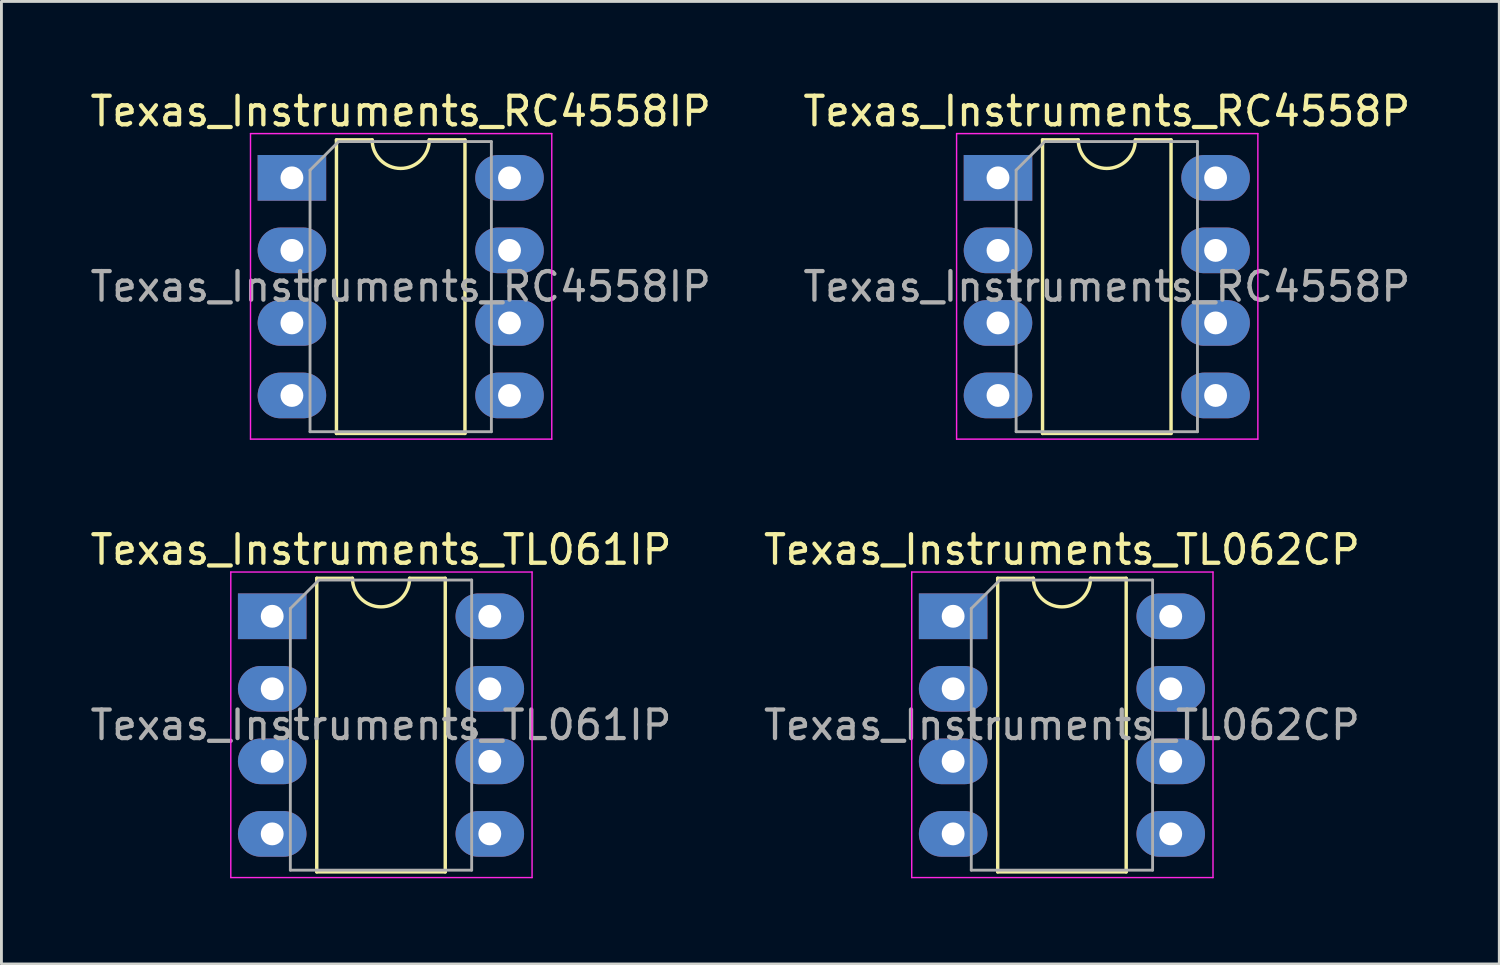
<source format=kicad_pcb>
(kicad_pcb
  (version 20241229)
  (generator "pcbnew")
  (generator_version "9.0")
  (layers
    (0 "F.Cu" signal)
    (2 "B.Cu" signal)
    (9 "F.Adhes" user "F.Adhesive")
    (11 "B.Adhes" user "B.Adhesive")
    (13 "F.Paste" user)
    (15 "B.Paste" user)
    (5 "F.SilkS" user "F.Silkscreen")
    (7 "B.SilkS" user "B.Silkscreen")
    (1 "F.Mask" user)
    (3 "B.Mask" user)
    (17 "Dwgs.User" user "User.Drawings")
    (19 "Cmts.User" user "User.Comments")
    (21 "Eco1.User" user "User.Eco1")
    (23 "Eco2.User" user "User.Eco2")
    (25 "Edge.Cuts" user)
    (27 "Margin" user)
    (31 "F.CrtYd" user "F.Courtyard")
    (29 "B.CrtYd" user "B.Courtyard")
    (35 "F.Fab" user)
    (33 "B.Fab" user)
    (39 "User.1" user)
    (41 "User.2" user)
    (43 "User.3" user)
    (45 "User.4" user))
  (footprint "Texas_Instruments_TL061IP"
    (layer "F.Cu")
    (at 10.292 22.341)
    (property "Reference" "Texas_Instruments_TL061IP" (at 0 -6.14 0) (layer "F.SilkS") (effects (font (size 1 1) (thickness 0.15))))
    (attr through_hole)
    (fp_line (start -2.25 -5.14) (end -2.25 5.14) (stroke (width 0.12) (type solid)) (layer "F.SilkS"))
    (fp_line (start -2.25 5.14) (end 2.25 5.14) (stroke (width 0.12) (type solid)) (layer "F.SilkS"))
    (fp_line (start -1 -5.14) (end -2.25 -5.14) (stroke (width 0.12) (type solid)) (layer "F.SilkS"))
    (fp_line (start 2.25 -5.14) (end 1 -5.14) (stroke (width 0.12) (type solid)) (layer "F.SilkS"))
    (fp_line (start 2.25 5.14) (end 2.25 -5.14) (stroke (width 0.12) (type solid)) (layer "F.SilkS"))
    (fp_arc (start 1 -5.14) (mid 0 -4.14) (end -1 -5.14) (stroke (width 0.12) (type solid)) (layer "F.SilkS"))
    (fp_line (start -5.26 -5.36) (end -5.26 5.34) (stroke (width 0.05) (type solid)) (layer "F.CrtYd"))
    (fp_line (start -5.26 5.34) (end 5.29 5.34) (stroke (width 0.05) (type solid)) (layer "F.CrtYd"))
    (fp_line (start 5.29 -5.36) (end -5.26 -5.36) (stroke (width 0.05) (type solid)) (layer "F.CrtYd"))
    (fp_line (start 5.29 5.34) (end 5.29 -5.36) (stroke (width 0.05) (type solid)) (layer "F.CrtYd"))
    (fp_line (start -3.175 -4.08) (end -2.175 -5.08) (stroke (width 0.1) (type solid)) (layer "F.Fab"))
    (fp_line (start -3.175 5.08) (end -3.175 -4.08) (stroke (width 0.1) (type solid)) (layer "F.Fab"))
    (fp_line (start -2.175 -5.08) (end 3.175 -5.08) (stroke (width 0.1) (type solid)) (layer "F.Fab"))
    (fp_line (start 3.175 -5.08) (end 3.175 5.08) (stroke (width 0.1) (type solid)) (layer "F.Fab"))
    (fp_line (start 3.175 5.08) (end -3.175 5.08) (stroke (width 0.1) (type solid)) (layer "F.Fab"))
    (fp_text user "${REFERENCE}" (at 0 0 0) (layer "F.Fab") (effects (font (size 1 1) (thickness 0.15))))
    (pad "1" thru_hole rect (at -3.81 -3.81) (size 2.4 1.6) (drill 0.8) (layers "*.Cu" "*.Mask"))
    (pad "2" thru_hole oval (at -3.81 -1.27) (size 2.4 1.6) (drill 0.8) (layers "*.Cu" "*.Mask"))
    (pad "3" thru_hole oval (at -3.81 1.27) (size 2.4 1.6) (drill 0.8) (layers "*.Cu" "*.Mask"))
    (pad "4" thru_hole oval (at -3.81 3.81) (size 2.4 1.6) (drill 0.8) (layers "*.Cu" "*.Mask"))
    (pad "5" thru_hole oval (at 3.81 3.81) (size 2.4 1.6) (drill 0.8) (layers "*.Cu" "*.Mask"))
    (pad "6" thru_hole oval (at 3.81 1.27) (size 2.4 1.6) (drill 0.8) (layers "*.Cu" "*.Mask"))
    (pad "7" thru_hole oval (at 3.81 -1.27) (size 2.4 1.6) (drill 0.8) (layers "*.Cu" "*.Mask"))
    (pad "8" thru_hole oval (at 3.81 -3.81) (size 2.4 1.6) (drill 0.8) (layers "*.Cu" "*.Mask")))
  (footprint "Texas_Instruments_RC4558IP"
    (layer "F.Cu")
    (at 10.982 6.988)
    (property "Reference" "Texas_Instruments_RC4558IP" (at 0 -6.14 0) (layer "F.SilkS") (effects (font (size 1 1) (thickness 0.15))))
    (attr through_hole)
    (fp_line (start -2.25 -5.14) (end -2.25 5.14) (stroke (width 0.12) (type solid)) (layer "F.SilkS"))
    (fp_line (start -2.25 5.14) (end 2.25 5.14) (stroke (width 0.12) (type solid)) (layer "F.SilkS"))
    (fp_line (start -1 -5.14) (end -2.25 -5.14) (stroke (width 0.12) (type solid)) (layer "F.SilkS"))
    (fp_line (start 2.25 -5.14) (end 1 -5.14) (stroke (width 0.12) (type solid)) (layer "F.SilkS"))
    (fp_line (start 2.25 5.14) (end 2.25 -5.14) (stroke (width 0.12) (type solid)) (layer "F.SilkS"))
    (fp_arc (start 1 -5.14) (mid 0 -4.14) (end -1 -5.14) (stroke (width 0.12) (type solid)) (layer "F.SilkS"))
    (fp_line (start -5.26 -5.36) (end -5.26 5.34) (stroke (width 0.05) (type solid)) (layer "F.CrtYd"))
    (fp_line (start -5.26 5.34) (end 5.29 5.34) (stroke (width 0.05) (type solid)) (layer "F.CrtYd"))
    (fp_line (start 5.29 -5.36) (end -5.26 -5.36) (stroke (width 0.05) (type solid)) (layer "F.CrtYd"))
    (fp_line (start 5.29 5.34) (end 5.29 -5.36) (stroke (width 0.05) (type solid)) (layer "F.CrtYd"))
    (fp_line (start -3.175 -4.08) (end -2.175 -5.08) (stroke (width 0.1) (type solid)) (layer "F.Fab"))
    (fp_line (start -3.175 5.08) (end -3.175 -4.08) (stroke (width 0.1) (type solid)) (layer "F.Fab"))
    (fp_line (start -2.175 -5.08) (end 3.175 -5.08) (stroke (width 0.1) (type solid)) (layer "F.Fab"))
    (fp_line (start 3.175 -5.08) (end 3.175 5.08) (stroke (width 0.1) (type solid)) (layer "F.Fab"))
    (fp_line (start 3.175 5.08) (end -3.175 5.08) (stroke (width 0.1) (type solid)) (layer "F.Fab"))
    (fp_text user "${REFERENCE}" (at 0 0 0) (layer "F.Fab") (effects (font (size 1 1) (thickness 0.15))))
    (pad "1" thru_hole rect (at -3.81 -3.81) (size 2.4 1.6) (drill 0.8) (layers "*.Cu" "*.Mask"))
    (pad "2" thru_hole oval (at -3.81 -1.27) (size 2.4 1.6) (drill 0.8) (layers "*.Cu" "*.Mask"))
    (pad "3" thru_hole oval (at -3.81 1.27) (size 2.4 1.6) (drill 0.8) (layers "*.Cu" "*.Mask"))
    (pad "4" thru_hole oval (at -3.81 3.81) (size 2.4 1.6) (drill 0.8) (layers "*.Cu" "*.Mask"))
    (pad "5" thru_hole oval (at 3.81 3.81) (size 2.4 1.6) (drill 0.8) (layers "*.Cu" "*.Mask"))
    (pad "6" thru_hole oval (at 3.81 1.27) (size 2.4 1.6) (drill 0.8) (layers "*.Cu" "*.Mask"))
    (pad "7" thru_hole oval (at 3.81 -1.27) (size 2.4 1.6) (drill 0.8) (layers "*.Cu" "*.Mask"))
    (pad "8" thru_hole oval (at 3.81 -3.81) (size 2.4 1.6) (drill 0.8) (layers "*.Cu" "*.Mask")))
  (footprint "Texas_Instruments_TL062CP"
    (layer "F.Cu")
    (at 34.137 22.341)
    (property "Reference" "Texas_Instruments_TL062CP" (at 0 -6.14 0) (layer "F.SilkS") (effects (font (size 1 1) (thickness 0.15))))
    (attr through_hole)
    (fp_line (start -2.25 -5.14) (end -2.25 5.14) (stroke (width 0.12) (type solid)) (layer "F.SilkS"))
    (fp_line (start -2.25 5.14) (end 2.25 5.14) (stroke (width 0.12) (type solid)) (layer "F.SilkS"))
    (fp_line (start -1 -5.14) (end -2.25 -5.14) (stroke (width 0.12) (type solid)) (layer "F.SilkS"))
    (fp_line (start 2.25 -5.14) (end 1 -5.14) (stroke (width 0.12) (type solid)) (layer "F.SilkS"))
    (fp_line (start 2.25 5.14) (end 2.25 -5.14) (stroke (width 0.12) (type solid)) (layer "F.SilkS"))
    (fp_arc (start 1 -5.14) (mid 0 -4.14) (end -1 -5.14) (stroke (width 0.12) (type solid)) (layer "F.SilkS"))
    (fp_line (start -5.26 -5.36) (end -5.26 5.34) (stroke (width 0.05) (type solid)) (layer "F.CrtYd"))
    (fp_line (start -5.26 5.34) (end 5.29 5.34) (stroke (width 0.05) (type solid)) (layer "F.CrtYd"))
    (fp_line (start 5.29 -5.36) (end -5.26 -5.36) (stroke (width 0.05) (type solid)) (layer "F.CrtYd"))
    (fp_line (start 5.29 5.34) (end 5.29 -5.36) (stroke (width 0.05) (type solid)) (layer "F.CrtYd"))
    (fp_line (start -3.175 -4.08) (end -2.175 -5.08) (stroke (width 0.1) (type solid)) (layer "F.Fab"))
    (fp_line (start -3.175 5.08) (end -3.175 -4.08) (stroke (width 0.1) (type solid)) (layer "F.Fab"))
    (fp_line (start -2.175 -5.08) (end 3.175 -5.08) (stroke (width 0.1) (type solid)) (layer "F.Fab"))
    (fp_line (start 3.175 -5.08) (end 3.175 5.08) (stroke (width 0.1) (type solid)) (layer "F.Fab"))
    (fp_line (start 3.175 5.08) (end -3.175 5.08) (stroke (width 0.1) (type solid)) (layer "F.Fab"))
    (fp_text user "${REFERENCE}" (at 0 0 0) (layer "F.Fab") (effects (font (size 1 1) (thickness 0.15))))
    (pad "1" thru_hole rect (at -3.81 -3.81) (size 2.4 1.6) (drill 0.8) (layers "*.Cu" "*.Mask"))
    (pad "2" thru_hole oval (at -3.81 -1.27) (size 2.4 1.6) (drill 0.8) (layers "*.Cu" "*.Mask"))
    (pad "3" thru_hole oval (at -3.81 1.27) (size 2.4 1.6) (drill 0.8) (layers "*.Cu" "*.Mask"))
    (pad "4" thru_hole oval (at -3.81 3.81) (size 2.4 1.6) (drill 0.8) (layers "*.Cu" "*.Mask"))
    (pad "5" thru_hole oval (at 3.81 3.81) (size 2.4 1.6) (drill 0.8) (layers "*.Cu" "*.Mask"))
    (pad "6" thru_hole oval (at 3.81 1.27) (size 2.4 1.6) (drill 0.8) (layers "*.Cu" "*.Mask"))
    (pad "7" thru_hole oval (at 3.81 -1.27) (size 2.4 1.6) (drill 0.8) (layers "*.Cu" "*.Mask"))
    (pad "8" thru_hole oval (at 3.81 -3.81) (size 2.4 1.6) (drill 0.8) (layers "*.Cu" "*.Mask")))
  (footprint "Texas_Instruments_RC4558P"
    (layer "F.Cu")
    (at 35.708 6.988)
    (property "Reference" "Texas_Instruments_RC4558P" (at 0 -6.14 0) (layer "F.SilkS") (effects (font (size 1 1) (thickness 0.15))))
    (attr through_hole)
    (fp_line (start -2.25 -5.14) (end -2.25 5.14) (stroke (width 0.12) (type solid)) (layer "F.SilkS"))
    (fp_line (start -2.25 5.14) (end 2.25 5.14) (stroke (width 0.12) (type solid)) (layer "F.SilkS"))
    (fp_line (start -1 -5.14) (end -2.25 -5.14) (stroke (width 0.12) (type solid)) (layer "F.SilkS"))
    (fp_line (start 2.25 -5.14) (end 1 -5.14) (stroke (width 0.12) (type solid)) (layer "F.SilkS"))
    (fp_line (start 2.25 5.14) (end 2.25 -5.14) (stroke (width 0.12) (type solid)) (layer "F.SilkS"))
    (fp_arc (start 1 -5.14) (mid 0 -4.14) (end -1 -5.14) (stroke (width 0.12) (type solid)) (layer "F.SilkS"))
    (fp_line (start -5.26 -5.36) (end -5.26 5.34) (stroke (width 0.05) (type solid)) (layer "F.CrtYd"))
    (fp_line (start -5.26 5.34) (end 5.29 5.34) (stroke (width 0.05) (type solid)) (layer "F.CrtYd"))
    (fp_line (start 5.29 -5.36) (end -5.26 -5.36) (stroke (width 0.05) (type solid)) (layer "F.CrtYd"))
    (fp_line (start 5.29 5.34) (end 5.29 -5.36) (stroke (width 0.05) (type solid)) (layer "F.CrtYd"))
    (fp_line (start -3.175 -4.08) (end -2.175 -5.08) (stroke (width 0.1) (type solid)) (layer "F.Fab"))
    (fp_line (start -3.175 5.08) (end -3.175 -4.08) (stroke (width 0.1) (type solid)) (layer "F.Fab"))
    (fp_line (start -2.175 -5.08) (end 3.175 -5.08) (stroke (width 0.1) (type solid)) (layer "F.Fab"))
    (fp_line (start 3.175 -5.08) (end 3.175 5.08) (stroke (width 0.1) (type solid)) (layer "F.Fab"))
    (fp_line (start 3.175 5.08) (end -3.175 5.08) (stroke (width 0.1) (type solid)) (layer "F.Fab"))
    (fp_text user "${REFERENCE}" (at 0 0 0) (layer "F.Fab") (effects (font (size 1 1) (thickness 0.15))))
    (pad "1" thru_hole rect (at -3.81 -3.81) (size 2.4 1.6) (drill 0.8) (layers "*.Cu" "*.Mask"))
    (pad "2" thru_hole oval (at -3.81 -1.27) (size 2.4 1.6) (drill 0.8) (layers "*.Cu" "*.Mask"))
    (pad "3" thru_hole oval (at -3.81 1.27) (size 2.4 1.6) (drill 0.8) (layers "*.Cu" "*.Mask"))
    (pad "4" thru_hole oval (at -3.81 3.81) (size 2.4 1.6) (drill 0.8) (layers "*.Cu" "*.Mask"))
    (pad "5" thru_hole oval (at 3.81 3.81) (size 2.4 1.6) (drill 0.8) (layers "*.Cu" "*.Mask"))
    (pad "6" thru_hole oval (at 3.81 1.27) (size 2.4 1.6) (drill 0.8) (layers "*.Cu" "*.Mask"))
    (pad "7" thru_hole oval (at 3.81 -1.27) (size 2.4 1.6) (drill 0.8) (layers "*.Cu" "*.Mask"))
    (pad "8" thru_hole oval (at 3.81 -3.81) (size 2.4 1.6) (drill 0.8) (layers "*.Cu" "*.Mask")))
  (gr_rect
    (start -3 -3)
    (end 49.452 30.706)
    (stroke (width 0.1) (type default))
    (fill no)
    (layer "Edge.Cuts")))
</source>
